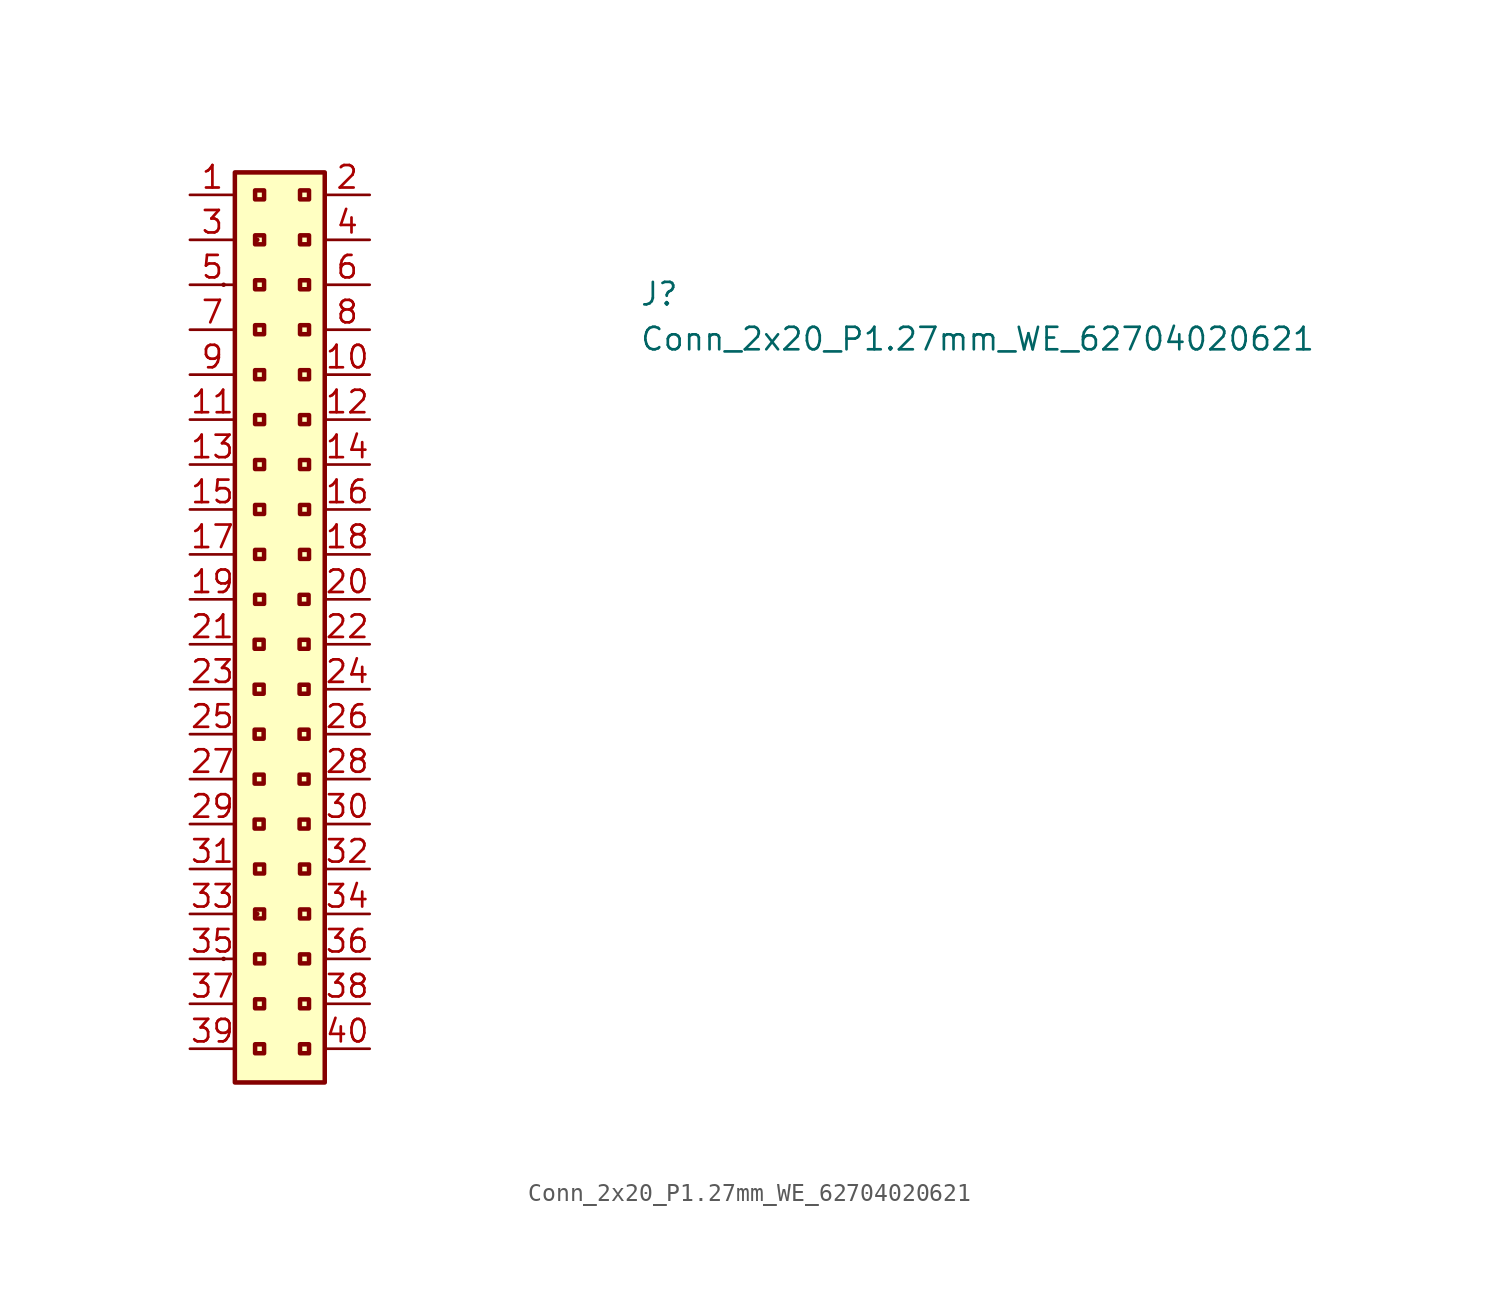
<source format=kicad_sym>
(kicad_symbol_lib
  (version 20211014)
  (generator kicad_symbol_editor)
  (symbol "Conn_2x20_P1.27mm_WE_62704020621"
    (property "Reference" "J"
      (at 25.4 -6.35 0)
      (effects (font (size 1.27 1.27) (thickness 0.15)) (justify left bottom)))
    (property "Value" "Conn_2x20_P1.27mm_WE_62704020621"
      (at 25.4 -8.89 0)
      (effects (font (size 1.27 1.27) (thickness 0.15)) (justify left bottom)))
    (symbol "Conn_2x20_P1.27mm_WE_62704020621_1_1"
      (rectangle (start 1.905 -43.18) (end 1.905 -43.18) (stroke (width 0.254) (type default) (color 0 0 0 0)) (fill (type background)))
      (rectangle (start 1.905 -5.08) (end 1.905 -5.08) (stroke (width 0.254) (type default) (color 0 0 0 0)) (fill (type background)))
      (rectangle (start 2.54 1.27) (end 7.62 -50.165) (stroke (width 0.254) (type default) (color 0 0 0 0)) (fill (type background)))
      (rectangle (start 3.81 -40.64) (end 3.81 -40.64) (stroke (width 0.254) (type default) (color 0 0 0 0)) (fill (type background)))
      (rectangle (start 3.81 -2.54) (end 3.81 -2.54) (stroke (width 0.254) (type default) (color 0 0 0 0)) (fill (type background)))
      (rectangle (start 4.166 -35.814) (end 3.658 -35.306) (stroke (width 0.254) (type default) (color 0 0 0 0)) (fill (type background)))
      (rectangle (start 4.166 -33.274) (end 3.658 -32.766) (stroke (width 0.254) (type default) (color 0 0 0 0)) (fill (type background)))
      (rectangle (start 4.166 -30.734) (end 3.658 -30.226) (stroke (width 0.254) (type default) (color 0 0 0 0)) (fill (type background)))
      (rectangle (start 4.166 -28.194) (end 3.658 -27.686) (stroke (width 0.254) (type default) (color 0 0 0 0)) (fill (type background)))
      (rectangle (start 4.166 -25.654) (end 3.658 -25.146) (stroke (width 0.254) (type default) (color 0 0 0 0)) (fill (type background)))
      (rectangle (start 4.191 -48.514) (end 3.683 -48.006) (stroke (width 0.254) (type default) (color 0 0 0 0)) (fill (type background)))
      (rectangle (start 4.191 -45.974) (end 3.683 -45.466) (stroke (width 0.254) (type default) (color 0 0 0 0)) (fill (type background)))
      (rectangle (start 4.191 -43.434) (end 3.683 -42.926) (stroke (width 0.254) (type default) (color 0 0 0 0)) (fill (type background)))
      (rectangle (start 4.191 -40.894) (end 3.683 -40.386) (stroke (width 0.254) (type default) (color 0 0 0 0)) (fill (type background)))
      (rectangle (start 4.191 -38.354) (end 3.683 -37.846) (stroke (width 0.254) (type default) (color 0 0 0 0)) (fill (type background)))
      (rectangle (start 4.191 -23.114) (end 3.683 -22.606) (stroke (width 0.254) (type default) (color 0 0 0 0)) (fill (type background)))
      (rectangle (start 4.191 -20.574) (end 3.683 -20.066) (stroke (width 0.254) (type default) (color 0 0 0 0)) (fill (type background)))
      (rectangle (start 4.191 -18.034) (end 3.683 -17.526) (stroke (width 0.254) (type default) (color 0 0 0 0)) (fill (type background)))
      (rectangle (start 4.191 -15.494) (end 3.683 -14.986) (stroke (width 0.254) (type default) (color 0 0 0 0)) (fill (type background)))
      (rectangle (start 4.191 -12.954) (end 3.683 -12.446) (stroke (width 0.254) (type default) (color 0 0 0 0)) (fill (type background)))
      (rectangle (start 4.191 -10.414) (end 3.683 -9.906) (stroke (width 0.254) (type default) (color 0 0 0 0)) (fill (type background)))
      (rectangle (start 4.191 -7.874) (end 3.683 -7.366) (stroke (width 0.254) (type default) (color 0 0 0 0)) (fill (type background)))
      (rectangle (start 4.191 -5.334) (end 3.683 -4.826) (stroke (width 0.254) (type default) (color 0 0 0 0)) (fill (type background)))
      (rectangle (start 4.191 -2.794) (end 3.683 -2.286) (stroke (width 0.254) (type default) (color 0 0 0 0)) (fill (type background)))
      (rectangle (start 4.191 -0.254) (end 3.683 0.254) (stroke (width 0.254) (type default) (color 0 0 0 0)) (fill (type background)))
      (rectangle (start 6.706 -35.814) (end 6.198 -35.306) (stroke (width 0.254) (type default) (color 0 0 0 0)) (fill (type background)))
      (rectangle (start 6.706 -33.274) (end 6.198 -32.766) (stroke (width 0.254) (type default) (color 0 0 0 0)) (fill (type background)))
      (rectangle (start 6.706 -30.734) (end 6.198 -30.226) (stroke (width 0.254) (type default) (color 0 0 0 0)) (fill (type background)))
      (rectangle (start 6.706 -28.194) (end 6.198 -27.686) (stroke (width 0.254) (type default) (color 0 0 0 0)) (fill (type background)))
      (rectangle (start 6.706 -25.654) (end 6.198 -25.146) (stroke (width 0.254) (type default) (color 0 0 0 0)) (fill (type background)))
      (rectangle (start 6.706 -23.114) (end 6.198 -22.606) (stroke (width 0.254) (type default) (color 0 0 0 0)) (fill (type background)))
      (rectangle (start 6.731 -48.514) (end 6.223 -48.006) (stroke (width 0.254) (type default) (color 0 0 0 0)) (fill (type background)))
      (rectangle (start 6.731 -45.974) (end 6.223 -45.466) (stroke (width 0.254) (type default) (color 0 0 0 0)) (fill (type background)))
      (rectangle (start 6.731 -43.434) (end 6.223 -42.926) (stroke (width 0.254) (type default) (color 0 0 0 0)) (fill (type background)))
      (rectangle (start 6.731 -40.894) (end 6.223 -40.386) (stroke (width 0.254) (type default) (color 0 0 0 0)) (fill (type background)))
      (rectangle (start 6.731 -38.354) (end 6.223 -37.846) (stroke (width 0.254) (type default) (color 0 0 0 0)) (fill (type background)))
      (rectangle (start 6.731 -20.574) (end 6.223 -20.066) (stroke (width 0.254) (type default) (color 0 0 0 0)) (fill (type background)))
      (rectangle (start 6.731 -18.034) (end 6.223 -17.526) (stroke (width 0.254) (type default) (color 0 0 0 0)) (fill (type background)))
      (rectangle (start 6.731 -15.494) (end 6.223 -14.986) (stroke (width 0.254) (type default) (color 0 0 0 0)) (fill (type background)))
      (rectangle (start 6.731 -12.954) (end 6.223 -12.446) (stroke (width 0.254) (type default) (color 0 0 0 0)) (fill (type background)))
      (rectangle (start 6.731 -10.414) (end 6.223 -9.906) (stroke (width 0.254) (type default) (color 0 0 0 0)) (fill (type background)))
      (rectangle (start 6.731 -7.874) (end 6.223 -7.366) (stroke (width 0.254) (type default) (color 0 0 0 0)) (fill (type background)))
      (rectangle (start 6.731 -5.334) (end 6.223 -4.826) (stroke (width 0.254) (type default) (color 0 0 0 0)) (fill (type background)))
      (rectangle (start 6.731 -2.794) (end 6.223 -2.286) (stroke (width 0.254) (type default) (color 0 0 0 0)) (fill (type background)))
      (rectangle (start 6.731 -0.254) (end 6.223 0.254) (stroke (width 0.254) (type default) (color 0 0 0 0)) (fill (type background)))
      (pin passive line (at 0 0 0) (length 2.54) (name "~" (effects (font (size 1.27 1.27)))) (number "1" (effects (font (size 1.27 1.27)))))
      (pin passive line (at 10.16 -10.16 180) (length 2.54) (name "~" (effects (font (size 1.27 1.27)))) (number "10" (effects (font (size 1.27 1.27)))))
      (pin passive line (at 0 -12.7 0) (length 2.54) (name "~" (effects (font (size 1.27 1.27)))) (number "11" (effects (font (size 1.27 1.27)))))
      (pin passive line (at 10.16 -12.7 180) (length 2.54) (name "~" (effects (font (size 1.27 1.27)))) (number "12" (effects (font (size 1.27 1.27)))))
      (pin passive line (at 0 -15.24 0) (length 2.54) (name "~" (effects (font (size 1.27 1.27)))) (number "13" (effects (font (size 1.27 1.27)))))
      (pin passive line (at 10.16 -15.24 180) (length 2.54) (name "~" (effects (font (size 1.27 1.27)))) (number "14" (effects (font (size 1.27 1.27)))))
      (pin passive line (at 0 -17.78 0) (length 2.54) (name "~" (effects (font (size 1.27 1.27)))) (number "15" (effects (font (size 1.27 1.27)))))
      (pin passive line (at 10.16 -17.78 180) (length 2.54) (name "~" (effects (font (size 1.27 1.27)))) (number "16" (effects (font (size 1.27 1.27)))))
      (pin passive line (at 0 -20.32 0) (length 2.54) (name "~" (effects (font (size 1.27 1.27)))) (number "17" (effects (font (size 1.27 1.27)))))
      (pin passive line (at 10.16 -20.32 180) (length 2.54) (name "~" (effects (font (size 1.27 1.27)))) (number "18" (effects (font (size 1.27 1.27)))))
      (pin passive line (at 0 -22.86 0) (length 2.54) (name "~" (effects (font (size 1.27 1.27)))) (number "19" (effects (font (size 1.27 1.27)))))
      (pin passive line (at 10.16 0 180) (length 2.54) (name "~" (effects (font (size 1.27 1.27)))) (number "2" (effects (font (size 1.27 1.27)))))
      (pin passive line (at 10.16 -22.86 180) (length 2.54) (name "~" (effects (font (size 1.27 1.27)))) (number "20" (effects (font (size 1.27 1.27)))))
      (pin passive line (at 0 -25.4 0) (length 2.54) (name "~" (effects (font (size 1.27 1.27)))) (number "21" (effects (font (size 1.27 1.27)))))
      (pin passive line (at 10.16 -25.4 180) (length 2.54) (name "~" (effects (font (size 1.27 1.27)))) (number "22" (effects (font (size 1.27 1.27)))))
      (pin passive line (at 0 -27.94 0) (length 2.54) (name "~" (effects (font (size 1.27 1.27)))) (number "23" (effects (font (size 1.27 1.27)))))
      (pin passive line (at 10.16 -27.94 180) (length 2.54) (name "~" (effects (font (size 1.27 1.27)))) (number "24" (effects (font (size 1.27 1.27)))))
      (pin passive line (at 0 -30.48 0) (length 2.54) (name "~" (effects (font (size 1.27 1.27)))) (number "25" (effects (font (size 1.27 1.27)))))
      (pin passive line (at 10.16 -30.48 180) (length 2.54) (name "~" (effects (font (size 1.27 1.27)))) (number "26" (effects (font (size 1.27 1.27)))))
      (pin passive line (at 0 -33.02 0) (length 2.54) (name "~" (effects (font (size 1.27 1.27)))) (number "27" (effects (font (size 1.27 1.27)))))
      (pin passive line (at 10.16 -33.02 180) (length 2.54) (name "~" (effects (font (size 1.27 1.27)))) (number "28" (effects (font (size 1.27 1.27)))))
      (pin passive line (at 0 -35.56 0) (length 2.54) (name "~" (effects (font (size 1.27 1.27)))) (number "29" (effects (font (size 1.27 1.27)))))
      (pin passive line (at 0 -2.54 0) (length 2.54) (name "~" (effects (font (size 1.27 1.27)))) (number "3" (effects (font (size 1.27 1.27)))))
      (pin passive line (at 10.16 -35.56 180) (length 2.54) (name "~" (effects (font (size 1.27 1.27)))) (number "30" (effects (font (size 1.27 1.27)))))
      (pin passive line (at 0 -38.1 0) (length 2.54) (name "~" (effects (font (size 1.27 1.27)))) (number "31" (effects (font (size 1.27 1.27)))))
      (pin passive line (at 10.16 -38.1 180) (length 2.54) (name "~" (effects (font (size 1.27 1.27)))) (number "32" (effects (font (size 1.27 1.27)))))
      (pin passive line (at 0 -40.64 0) (length 2.54) (name "~" (effects (font (size 1.27 1.27)))) (number "33" (effects (font (size 1.27 1.27)))))
      (pin passive line (at 10.16 -40.64 180) (length 2.54) (name "~" (effects (font (size 1.27 1.27)))) (number "34" (effects (font (size 1.27 1.27)))))
      (pin passive line (at 0 -43.18 0) (length 2.54) (name "~" (effects (font (size 1.27 1.27)))) (number "35" (effects (font (size 1.27 1.27)))))
      (pin passive line (at 10.16 -43.18 180) (length 2.54) (name "~" (effects (font (size 1.27 1.27)))) (number "36" (effects (font (size 1.27 1.27)))))
      (pin passive line (at 0 -45.72 0) (length 2.54) (name "~" (effects (font (size 1.27 1.27)))) (number "37" (effects (font (size 1.27 1.27)))))
      (pin passive line (at 10.16 -45.72 180) (length 2.54) (name "~" (effects (font (size 1.27 1.27)))) (number "38" (effects (font (size 1.27 1.27)))))
      (pin passive line (at 0 -48.26 0) (length 2.54) (name "~" (effects (font (size 1.27 1.27)))) (number "39" (effects (font (size 1.27 1.27)))))
      (pin passive line (at 10.16 -2.54 180) (length 2.54) (name "~" (effects (font (size 1.27 1.27)))) (number "4" (effects (font (size 1.27 1.27)))))
      (pin passive line (at 10.16 -48.26 180) (length 2.54) (name "~" (effects (font (size 1.27 1.27)))) (number "40" (effects (font (size 1.27 1.27)))))
      (pin passive line (at 0 -5.08 0) (length 2.54) (name "~" (effects (font (size 1.27 1.27)))) (number "5" (effects (font (size 1.27 1.27)))))
      (pin passive line (at 10.16 -5.08 180) (length 2.54) (name "~" (effects (font (size 1.27 1.27)))) (number "6" (effects (font (size 1.27 1.27)))))
      (pin passive line (at 0 -7.62 0) (length 2.54) (name "~" (effects (font (size 1.27 1.27)))) (number "7" (effects (font (size 1.27 1.27)))))
      (pin passive line (at 10.16 -7.62 180) (length 2.54) (name "~" (effects (font (size 1.27 1.27)))) (number "8" (effects (font (size 1.27 1.27)))))
      (pin passive line (at 0 -10.16 0) (length 2.54) (name "~" (effects (font (size 1.27 1.27)))) (number "9" (effects (font (size 1.27 1.27))))))))
</source>
